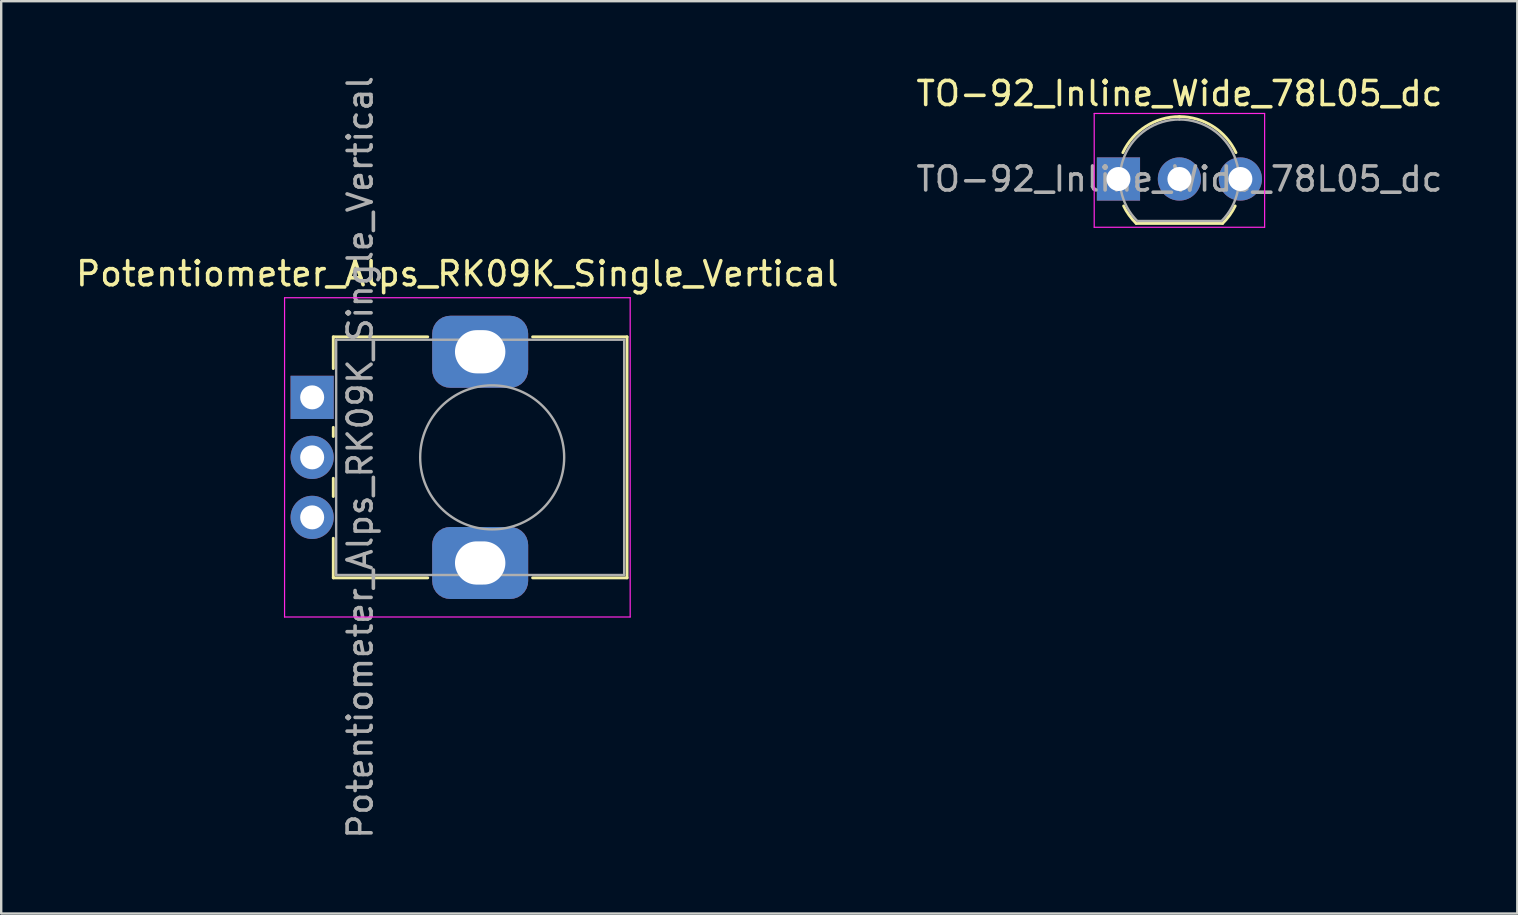
<source format=kicad_pcb>
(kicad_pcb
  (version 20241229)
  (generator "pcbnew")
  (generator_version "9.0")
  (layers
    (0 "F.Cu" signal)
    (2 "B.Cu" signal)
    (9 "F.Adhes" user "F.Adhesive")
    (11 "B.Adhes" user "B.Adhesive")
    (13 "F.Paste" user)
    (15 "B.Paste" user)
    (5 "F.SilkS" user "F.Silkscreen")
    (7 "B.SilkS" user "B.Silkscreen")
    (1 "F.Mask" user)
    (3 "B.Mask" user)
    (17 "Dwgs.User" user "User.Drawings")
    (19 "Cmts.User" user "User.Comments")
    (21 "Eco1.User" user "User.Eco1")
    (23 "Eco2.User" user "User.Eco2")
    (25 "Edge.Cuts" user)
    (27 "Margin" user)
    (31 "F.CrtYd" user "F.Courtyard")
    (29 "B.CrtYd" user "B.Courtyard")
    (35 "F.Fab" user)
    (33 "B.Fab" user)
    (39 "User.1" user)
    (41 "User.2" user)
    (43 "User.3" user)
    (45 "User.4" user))
  (footprint "Potentiometer_Alps_RK09K_Single_Vertical"
    (layer "F.Cu")
    (at 9.956 13.506)
    (property "Reference" "Potentiometer_Alps_RK09K_Single_Vertical" (at 6.05 -5.15 0) (layer "F.SilkS") (effects (font (size 1 1) (thickness 0.15))))
    (attr through_hole)
    (fp_line (start 0.88 -2.521) (end 0.88 -1.2) (stroke (width 0.12) (type solid)) (layer "F.SilkS"))
    (fp_line (start 0.88 -2.521) (end 4.817 -2.521) (stroke (width 0.12) (type solid)) (layer "F.SilkS"))
    (fp_line (start 0.88 1.25) (end 0.88 1.63) (stroke (width 0.12) (type solid)) (layer "F.SilkS"))
    (fp_line (start 0.88 3.371) (end 0.88 4.13) (stroke (width 0.12) (type solid)) (layer "F.SilkS"))
    (fp_line (start 0.88 5.87) (end 0.88 7.52) (stroke (width 0.12) (type solid)) (layer "F.SilkS"))
    (fp_line (start 0.88 7.52) (end 4.817 7.52) (stroke (width 0.12) (type solid)) (layer "F.SilkS"))
    (fp_line (start 9.184 -2.521) (end 13.12 -2.521) (stroke (width 0.12) (type solid)) (layer "F.SilkS"))
    (fp_line (start 9.184 7.52) (end 13.12 7.52) (stroke (width 0.12) (type solid)) (layer "F.SilkS"))
    (fp_line (start 13.12 -2.521) (end 13.12 7.52) (stroke (width 0.12) (type solid)) (layer "F.SilkS"))
    (fp_line (start -1.15 -4.15) (end -1.15 9.15) (stroke (width 0.05) (type solid)) (layer "F.CrtYd"))
    (fp_line (start -1.15 9.15) (end 13.25 9.15) (stroke (width 0.05) (type solid)) (layer "F.CrtYd"))
    (fp_line (start 13.25 -4.15) (end -1.15 -4.15) (stroke (width 0.05) (type solid)) (layer "F.CrtYd"))
    (fp_line (start 13.25 9.15) (end 13.25 -4.15) (stroke (width 0.05) (type solid)) (layer "F.CrtYd"))
    (fp_line (start 1 -2.4) (end 1 7.4) (stroke (width 0.1) (type solid)) (layer "F.Fab"))
    (fp_line (start 1 7.4) (end 13 7.4) (stroke (width 0.1) (type solid)) (layer "F.Fab"))
    (fp_line (start 13 -2.4) (end 1 -2.4) (stroke (width 0.1) (type solid)) (layer "F.Fab"))
    (fp_line (start 13 7.4) (end 13 -2.4) (stroke (width 0.1) (type solid)) (layer "F.Fab"))
    (fp_circle (center 7.5 2.5) (end 10.5 2.5) (stroke (width 0.1) (type solid)) (fill no) (layer "F.Fab"))
    (fp_text user "${REFERENCE}" (at 2 2.5 90) (layer "F.Fab") (effects (font (size 1 1) (thickness 0.15))))
    (pad "1" thru_hole rect (at 0 0) (size 1.8 1.8) (drill 1) (layers "*.Cu" "*.Mask"))
    (pad "2" thru_hole circle (at 0 2.5) (size 1.8 1.8) (drill 1) (layers "*.Cu" "*.Mask"))
    (pad "3" thru_hole circle (at 0 5) (size 1.8 1.8) (drill 1) (layers "*.Cu" "*.Mask"))
    (pad "MP" thru_hole roundrect (at 7 -1.9) (size 4 3) (drill oval 2.1 1.8) (layers "*.Cu" "*.Mask") (roundrect_rratio 0.25))
    (pad "MP" thru_hole roundrect (at 7 6.9) (size 4 3) (drill oval 2.1 1.8) (layers "*.Cu" "*.Mask") (roundrect_rratio 0.25)))
  (footprint "TO-92_Inline_Wide_78L05_dc"
    (layer "F.Cu")
    (at 43.549 4.408)
    (property "Reference" "TO-92_Inline_Wide_78L05_dc" (at 2.54 -3.56 0) (layer "F.SilkS") (effects (font (size 1 1) (thickness 0.15))))
    (attr through_hole)
    (fp_line (start 0.74 1.85) (end 4.34 1.85) (stroke (width 0.12) (type solid)) (layer "F.SilkS"))
    (fp_arc (start 0.1836 -1.098807) (mid 1.143021 -2.192817) (end 2.54 -2.6) (stroke (width 0.12) (type solid)) (layer "F.SilkS"))
    (fp_arc (start 0.74 1.85) (mid 0.446097 1.509328) (end 0.215816 1.122795) (stroke (width 0.12) (type solid)) (layer "F.SilkS"))
    (fp_arc (start 2.54 -2.6) (mid 3.936979 -2.192818) (end 4.8964 -1.098807) (stroke (width 0.12) (type solid)) (layer "F.SilkS"))
    (fp_arc (start 4.864184 1.122795) (mid 4.633903 1.509328) (end 4.34 1.85) (stroke (width 0.12) (type solid)) (layer "F.SilkS"))
    (fp_line (start -1.01 -2.73) (end -1.01 2.01) (stroke (width 0.05) (type solid)) (layer "F.CrtYd"))
    (fp_line (start -1.01 -2.73) (end 6.09 -2.73) (stroke (width 0.05) (type solid)) (layer "F.CrtYd"))
    (fp_line (start 6.09 2.01) (end -1.01 2.01) (stroke (width 0.05) (type solid)) (layer "F.CrtYd"))
    (fp_line (start 6.09 2.01) (end 6.09 -2.73) (stroke (width 0.05) (type solid)) (layer "F.CrtYd"))
    (fp_line (start 0.8 1.75) (end 4.3 1.75) (stroke (width 0.1) (type solid)) (layer "F.Fab"))
    (fp_arc (start 0.786375 1.753625) (mid 0.248779 -0.949055) (end 2.54 -2.48) (stroke (width 0.1) (type solid)) (layer "F.Fab"))
    (fp_arc (start 2.54 -2.48) (mid 4.831221 -0.949055) (end 4.293625 1.753625) (stroke (width 0.1) (type solid)) (layer "F.Fab"))
    (fp_text user "${REFERENCE}" (at 2.54 0 0) (layer "F.Fab") (effects (font (size 1 1) (thickness 0.15))))
    (pad "1" thru_hole rect (at 0 0) (size 1.8 1.8) (drill 1) (layers "*.Cu" "*.Mask"))
    (pad "2" thru_hole circle (at 2.54 0) (size 1.8 1.8) (drill 1) (layers "*.Cu" "*.Mask"))
    (pad "3" thru_hole circle (at 5.08 0) (size 1.8 1.8) (drill 1) (layers "*.Cu" "*.Mask")))
  (gr_rect
    (start -3 -3)
    (end 60.167 35.012)
    (stroke (width 0.1) (type default))
    (fill no)
    (layer "Edge.Cuts")))
</source>
